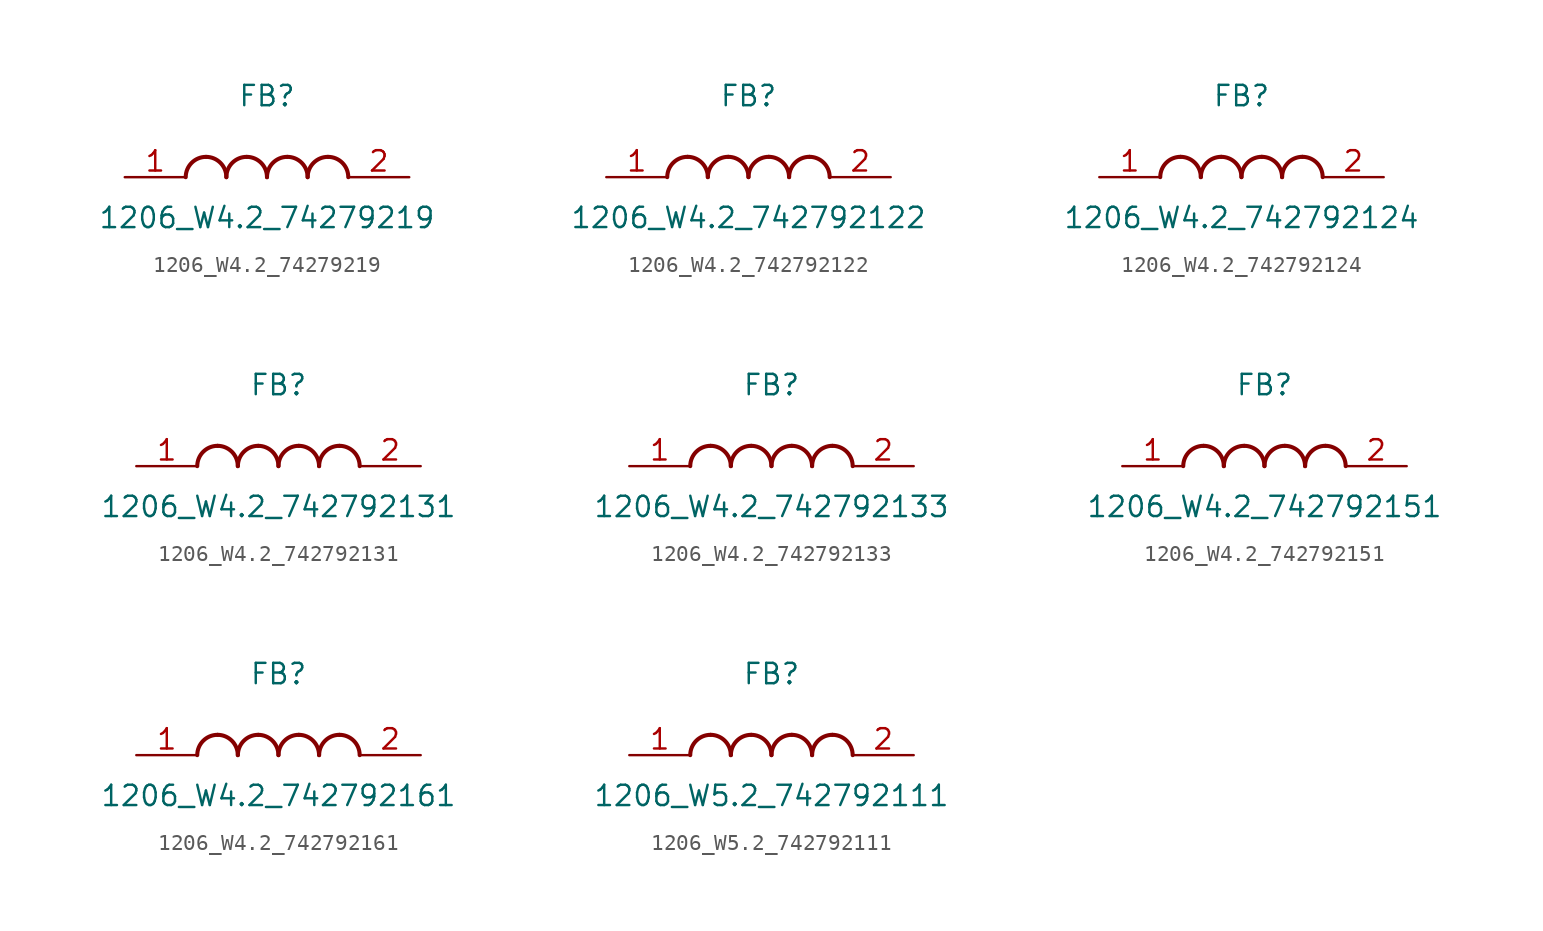
<source format=kicad_sym>
(kicad_symbol_lib
  (version 20211014)
  (generator kicad_symbol_editor)
  (symbol "Ferrite_Wurth_WE-CBF:1206_W4.2_74279219"
    (pin_names hide)
    (property "Reference" "FB"
      (at 0 5.08 0)
      (effects (font (size 1.27 1.27))))
    (property "Value" "1206_W4.2_74279219"
      (at 0 -2.54 0)
      (effects (font (size 1.27 1.27))))
    (symbol "1206_W4.2_74279219_0_1"
      (arc (start -3.81 1.27) (mid -4.708 0.898) (end -5.08 0) (stroke (width 0.254) (type default)) (fill (type none)))
      (arc (start -2.54 0) (mid -2.912 0.898) (end -3.81 1.27) (stroke (width 0.254) (type default)) (fill (type none)))
      (arc (start -1.2699 1.2701) (mid -2.1679 0.8981) (end -2.5399 0.0001) (stroke (width 0.254) (type default)) (fill (type none)))
      (arc (start 0.0001 0.0001) (mid -0.3719 0.8981) (end -1.2699 1.2701) (stroke (width 0.254) (type default)) (fill (type none)))
      (arc (start 1.2701 1.2701) (mid 0.3721 0.8981) (end 0.0001 0.0001) (stroke (width 0.254) (type default)) (fill (type none)))
      (arc (start 2.5401 0.0001) (mid 2.1681 0.8981) (end 1.2701 1.2701) (stroke (width 0.254) (type default)) (fill (type none)))
      (arc (start 3.8101 1.2701) (mid 2.9121 0.8981) (end 2.5401 0.0001) (stroke (width 0.254) (type default)) (fill (type none)))
      (arc (start 5.0801 0.0001) (mid 4.7081 0.8981) (end 3.8101 1.2701) (stroke (width 0.254) (type default)) (fill (type none))))
    (symbol "1206_W4.2_74279219_1_1"
      (pin passive line (at -8.89 0 0) (length 3.81) (name "1" (effects (font (size 1.27 1.27)))) (number "1" (effects (font (size 1.27 1.27)))))
      (pin passive line (at 8.89 0 180) (length 3.81) (name "2" (effects (font (size 1.27 1.27)))) (number "2" (effects (font (size 1.27 1.27)))))))
  (symbol "Ferrite_Wurth_WE-CBF:1206_W4.2_742792122"
    (pin_names hide)
    (property "Reference" "FB"
      (at 0 5.08 0)
      (effects (font (size 1.27 1.27))))
    (property "Value" "1206_W4.2_742792122"
      (at 0 -2.54 0)
      (effects (font (size 1.27 1.27))))
    (symbol "1206_W4.2_742792122_0_1"
      (arc (start -3.81 1.27) (mid -4.708 0.898) (end -5.08 0) (stroke (width 0.254) (type default)) (fill (type none)))
      (arc (start -2.54 0) (mid -2.912 0.898) (end -3.81 1.27) (stroke (width 0.254) (type default)) (fill (type none)))
      (arc (start -1.2699 1.2701) (mid -2.1679 0.8981) (end -2.5399 0.0001) (stroke (width 0.254) (type default)) (fill (type none)))
      (arc (start 0.0001 0.0001) (mid -0.3719 0.8981) (end -1.2699 1.2701) (stroke (width 0.254) (type default)) (fill (type none)))
      (arc (start 1.2701 1.2701) (mid 0.3721 0.8981) (end 0.0001 0.0001) (stroke (width 0.254) (type default)) (fill (type none)))
      (arc (start 2.5401 0.0001) (mid 2.1681 0.8981) (end 1.2701 1.2701) (stroke (width 0.254) (type default)) (fill (type none)))
      (arc (start 3.8101 1.2701) (mid 2.9121 0.8981) (end 2.5401 0.0001) (stroke (width 0.254) (type default)) (fill (type none)))
      (arc (start 5.0801 0.0001) (mid 4.7081 0.8981) (end 3.8101 1.2701) (stroke (width 0.254) (type default)) (fill (type none))))
    (symbol "1206_W4.2_742792122_1_1"
      (pin passive line (at -8.89 0 0) (length 3.81) (name "1" (effects (font (size 1.27 1.27)))) (number "1" (effects (font (size 1.27 1.27)))))
      (pin passive line (at 8.89 0 180) (length 3.81) (name "2" (effects (font (size 1.27 1.27)))) (number "2" (effects (font (size 1.27 1.27)))))))
  (symbol "Ferrite_Wurth_WE-CBF:1206_W4.2_742792124"
    (pin_names hide)
    (property "Reference" "FB"
      (at 0 5.08 0)
      (effects (font (size 1.27 1.27))))
    (property "Value" "1206_W4.2_742792124"
      (at 0 -2.54 0)
      (effects (font (size 1.27 1.27))))
    (symbol "1206_W4.2_742792124_0_1"
      (arc (start -3.81 1.27) (mid -4.708 0.898) (end -5.08 0) (stroke (width 0.254) (type default)) (fill (type none)))
      (arc (start -2.54 0) (mid -2.912 0.898) (end -3.81 1.27) (stroke (width 0.254) (type default)) (fill (type none)))
      (arc (start -1.2699 1.2701) (mid -2.1679 0.8981) (end -2.5399 0.0001) (stroke (width 0.254) (type default)) (fill (type none)))
      (arc (start 0.0001 0.0001) (mid -0.3719 0.8981) (end -1.2699 1.2701) (stroke (width 0.254) (type default)) (fill (type none)))
      (arc (start 1.2701 1.2701) (mid 0.3721 0.8981) (end 0.0001 0.0001) (stroke (width 0.254) (type default)) (fill (type none)))
      (arc (start 2.5401 0.0001) (mid 2.1681 0.8981) (end 1.2701 1.2701) (stroke (width 0.254) (type default)) (fill (type none)))
      (arc (start 3.8101 1.2701) (mid 2.9121 0.8981) (end 2.5401 0.0001) (stroke (width 0.254) (type default)) (fill (type none)))
      (arc (start 5.0801 0.0001) (mid 4.7081 0.8981) (end 3.8101 1.2701) (stroke (width 0.254) (type default)) (fill (type none))))
    (symbol "1206_W4.2_742792124_1_1"
      (pin passive line (at -8.89 0 0) (length 3.81) (name "1" (effects (font (size 1.27 1.27)))) (number "1" (effects (font (size 1.27 1.27)))))
      (pin passive line (at 8.89 0 180) (length 3.81) (name "2" (effects (font (size 1.27 1.27)))) (number "2" (effects (font (size 1.27 1.27)))))))
  (symbol "Ferrite_Wurth_WE-CBF:1206_W4.2_742792131"
    (pin_names hide)
    (property "Reference" "FB"
      (at 0 5.08 0)
      (effects (font (size 1.27 1.27))))
    (property "Value" "1206_W4.2_742792131"
      (at 0 -2.54 0)
      (effects (font (size 1.27 1.27))))
    (symbol "1206_W4.2_742792131_0_1"
      (arc (start -3.81 1.27) (mid -4.708 0.898) (end -5.08 0) (stroke (width 0.254) (type default)) (fill (type none)))
      (arc (start -2.54 0) (mid -2.912 0.898) (end -3.81 1.27) (stroke (width 0.254) (type default)) (fill (type none)))
      (arc (start -1.2699 1.2701) (mid -2.1679 0.8981) (end -2.5399 0.0001) (stroke (width 0.254) (type default)) (fill (type none)))
      (arc (start 0.0001 0.0001) (mid -0.3719 0.8981) (end -1.2699 1.2701) (stroke (width 0.254) (type default)) (fill (type none)))
      (arc (start 1.2701 1.2701) (mid 0.3721 0.8981) (end 0.0001 0.0001) (stroke (width 0.254) (type default)) (fill (type none)))
      (arc (start 2.5401 0.0001) (mid 2.1681 0.8981) (end 1.2701 1.2701) (stroke (width 0.254) (type default)) (fill (type none)))
      (arc (start 3.8101 1.2701) (mid 2.9121 0.8981) (end 2.5401 0.0001) (stroke (width 0.254) (type default)) (fill (type none)))
      (arc (start 5.0801 0.0001) (mid 4.7081 0.8981) (end 3.8101 1.2701) (stroke (width 0.254) (type default)) (fill (type none))))
    (symbol "1206_W4.2_742792131_1_1"
      (pin passive line (at -8.89 0 0) (length 3.81) (name "1" (effects (font (size 1.27 1.27)))) (number "1" (effects (font (size 1.27 1.27)))))
      (pin passive line (at 8.89 0 180) (length 3.81) (name "2" (effects (font (size 1.27 1.27)))) (number "2" (effects (font (size 1.27 1.27)))))))
  (symbol "Ferrite_Wurth_WE-CBF:1206_W4.2_742792133"
    (pin_names hide)
    (property "Reference" "FB"
      (at 0 5.08 0)
      (effects (font (size 1.27 1.27))))
    (property "Value" "1206_W4.2_742792133"
      (at 0 -2.54 0)
      (effects (font (size 1.27 1.27))))
    (symbol "1206_W4.2_742792133_0_1"
      (arc (start -3.81 1.27) (mid -4.708 0.898) (end -5.08 0) (stroke (width 0.254) (type default)) (fill (type none)))
      (arc (start -2.54 0) (mid -2.912 0.898) (end -3.81 1.27) (stroke (width 0.254) (type default)) (fill (type none)))
      (arc (start -1.2699 1.2701) (mid -2.1679 0.8981) (end -2.5399 0.0001) (stroke (width 0.254) (type default)) (fill (type none)))
      (arc (start 0.0001 0.0001) (mid -0.3719 0.8981) (end -1.2699 1.2701) (stroke (width 0.254) (type default)) (fill (type none)))
      (arc (start 1.2701 1.2701) (mid 0.3721 0.8981) (end 0.0001 0.0001) (stroke (width 0.254) (type default)) (fill (type none)))
      (arc (start 2.5401 0.0001) (mid 2.1681 0.8981) (end 1.2701 1.2701) (stroke (width 0.254) (type default)) (fill (type none)))
      (arc (start 3.8101 1.2701) (mid 2.9121 0.8981) (end 2.5401 0.0001) (stroke (width 0.254) (type default)) (fill (type none)))
      (arc (start 5.0801 0.0001) (mid 4.7081 0.8981) (end 3.8101 1.2701) (stroke (width 0.254) (type default)) (fill (type none))))
    (symbol "1206_W4.2_742792133_1_1"
      (pin passive line (at -8.89 0 0) (length 3.81) (name "1" (effects (font (size 1.27 1.27)))) (number "1" (effects (font (size 1.27 1.27)))))
      (pin passive line (at 8.89 0 180) (length 3.81) (name "2" (effects (font (size 1.27 1.27)))) (number "2" (effects (font (size 1.27 1.27)))))))
  (symbol "Ferrite_Wurth_WE-CBF:1206_W4.2_742792151"
    (pin_names hide)
    (property "Reference" "FB"
      (at 0 5.08 0)
      (effects (font (size 1.27 1.27))))
    (property "Value" "1206_W4.2_742792151"
      (at 0 -2.54 0)
      (effects (font (size 1.27 1.27))))
    (symbol "1206_W4.2_742792151_0_1"
      (arc (start -3.81 1.27) (mid -4.708 0.898) (end -5.08 0) (stroke (width 0.254) (type default)) (fill (type none)))
      (arc (start -2.54 0) (mid -2.912 0.898) (end -3.81 1.27) (stroke (width 0.254) (type default)) (fill (type none)))
      (arc (start -1.2699 1.2701) (mid -2.1679 0.8981) (end -2.5399 0.0001) (stroke (width 0.254) (type default)) (fill (type none)))
      (arc (start 0.0001 0.0001) (mid -0.3719 0.8981) (end -1.2699 1.2701) (stroke (width 0.254) (type default)) (fill (type none)))
      (arc (start 1.2701 1.2701) (mid 0.3721 0.8981) (end 0.0001 0.0001) (stroke (width 0.254) (type default)) (fill (type none)))
      (arc (start 2.5401 0.0001) (mid 2.1681 0.8981) (end 1.2701 1.2701) (stroke (width 0.254) (type default)) (fill (type none)))
      (arc (start 3.8101 1.2701) (mid 2.9121 0.8981) (end 2.5401 0.0001) (stroke (width 0.254) (type default)) (fill (type none)))
      (arc (start 5.0801 0.0001) (mid 4.7081 0.8981) (end 3.8101 1.2701) (stroke (width 0.254) (type default)) (fill (type none))))
    (symbol "1206_W4.2_742792151_1_1"
      (pin passive line (at -8.89 0 0) (length 3.81) (name "1" (effects (font (size 1.27 1.27)))) (number "1" (effects (font (size 1.27 1.27)))))
      (pin passive line (at 8.89 0 180) (length 3.81) (name "2" (effects (font (size 1.27 1.27)))) (number "2" (effects (font (size 1.27 1.27)))))))
  (symbol "Ferrite_Wurth_WE-CBF:1206_W4.2_742792161"
    (pin_names hide)
    (property "Reference" "FB"
      (at 0 5.08 0)
      (effects (font (size 1.27 1.27))))
    (property "Value" "1206_W4.2_742792161"
      (at 0 -2.54 0)
      (effects (font (size 1.27 1.27))))
    (symbol "1206_W4.2_742792161_0_1"
      (arc (start -3.81 1.27) (mid -4.708 0.898) (end -5.08 0) (stroke (width 0.254) (type default)) (fill (type none)))
      (arc (start -2.54 0) (mid -2.912 0.898) (end -3.81 1.27) (stroke (width 0.254) (type default)) (fill (type none)))
      (arc (start -1.2699 1.2701) (mid -2.1679 0.8981) (end -2.5399 0.0001) (stroke (width 0.254) (type default)) (fill (type none)))
      (arc (start 0.0001 0.0001) (mid -0.3719 0.8981) (end -1.2699 1.2701) (stroke (width 0.254) (type default)) (fill (type none)))
      (arc (start 1.2701 1.2701) (mid 0.3721 0.8981) (end 0.0001 0.0001) (stroke (width 0.254) (type default)) (fill (type none)))
      (arc (start 2.5401 0.0001) (mid 2.1681 0.8981) (end 1.2701 1.2701) (stroke (width 0.254) (type default)) (fill (type none)))
      (arc (start 3.8101 1.2701) (mid 2.9121 0.8981) (end 2.5401 0.0001) (stroke (width 0.254) (type default)) (fill (type none)))
      (arc (start 5.0801 0.0001) (mid 4.7081 0.8981) (end 3.8101 1.2701) (stroke (width 0.254) (type default)) (fill (type none))))
    (symbol "1206_W4.2_742792161_1_1"
      (pin passive line (at -8.89 0 0) (length 3.81) (name "1" (effects (font (size 1.27 1.27)))) (number "1" (effects (font (size 1.27 1.27)))))
      (pin passive line (at 8.89 0 180) (length 3.81) (name "2" (effects (font (size 1.27 1.27)))) (number "2" (effects (font (size 1.27 1.27)))))))
  (symbol "Ferrite_Wurth_WE-CBF:1206_W5.2_742792111"
    (pin_names hide)
    (property "Reference" "FB"
      (at 0 5.08 0)
      (effects (font (size 1.27 1.27))))
    (property "Value" "1206_W5.2_742792111"
      (at 0 -2.54 0)
      (effects (font (size 1.27 1.27))))
    (symbol "1206_W5.2_742792111_0_1"
      (arc (start -3.81 1.27) (mid -4.708 0.898) (end -5.08 0) (stroke (width 0.254) (type default)) (fill (type none)))
      (arc (start -2.54 0) (mid -2.912 0.898) (end -3.81 1.27) (stroke (width 0.254) (type default)) (fill (type none)))
      (arc (start -1.2699 1.2701) (mid -2.1679 0.8981) (end -2.5399 0.0001) (stroke (width 0.254) (type default)) (fill (type none)))
      (arc (start 0.0001 0.0001) (mid -0.3719 0.8981) (end -1.2699 1.2701) (stroke (width 0.254) (type default)) (fill (type none)))
      (arc (start 1.2701 1.2701) (mid 0.3721 0.8981) (end 0.0001 0.0001) (stroke (width 0.254) (type default)) (fill (type none)))
      (arc (start 2.5401 0.0001) (mid 2.1681 0.8981) (end 1.2701 1.2701) (stroke (width 0.254) (type default)) (fill (type none)))
      (arc (start 3.8101 1.2701) (mid 2.9121 0.8981) (end 2.5401 0.0001) (stroke (width 0.254) (type default)) (fill (type none)))
      (arc (start 5.0801 0.0001) (mid 4.7081 0.8981) (end 3.8101 1.2701) (stroke (width 0.254) (type default)) (fill (type none))))
    (symbol "1206_W5.2_742792111_1_1"
      (pin passive line (at -8.89 0 0) (length 3.81) (name "1" (effects (font (size 1.27 1.27)))) (number "1" (effects (font (size 1.27 1.27)))))
      (pin passive line (at 8.89 0 180) (length 3.81) (name "2" (effects (font (size 1.27 1.27)))) (number "2" (effects (font (size 1.27 1.27))))))))
</source>
